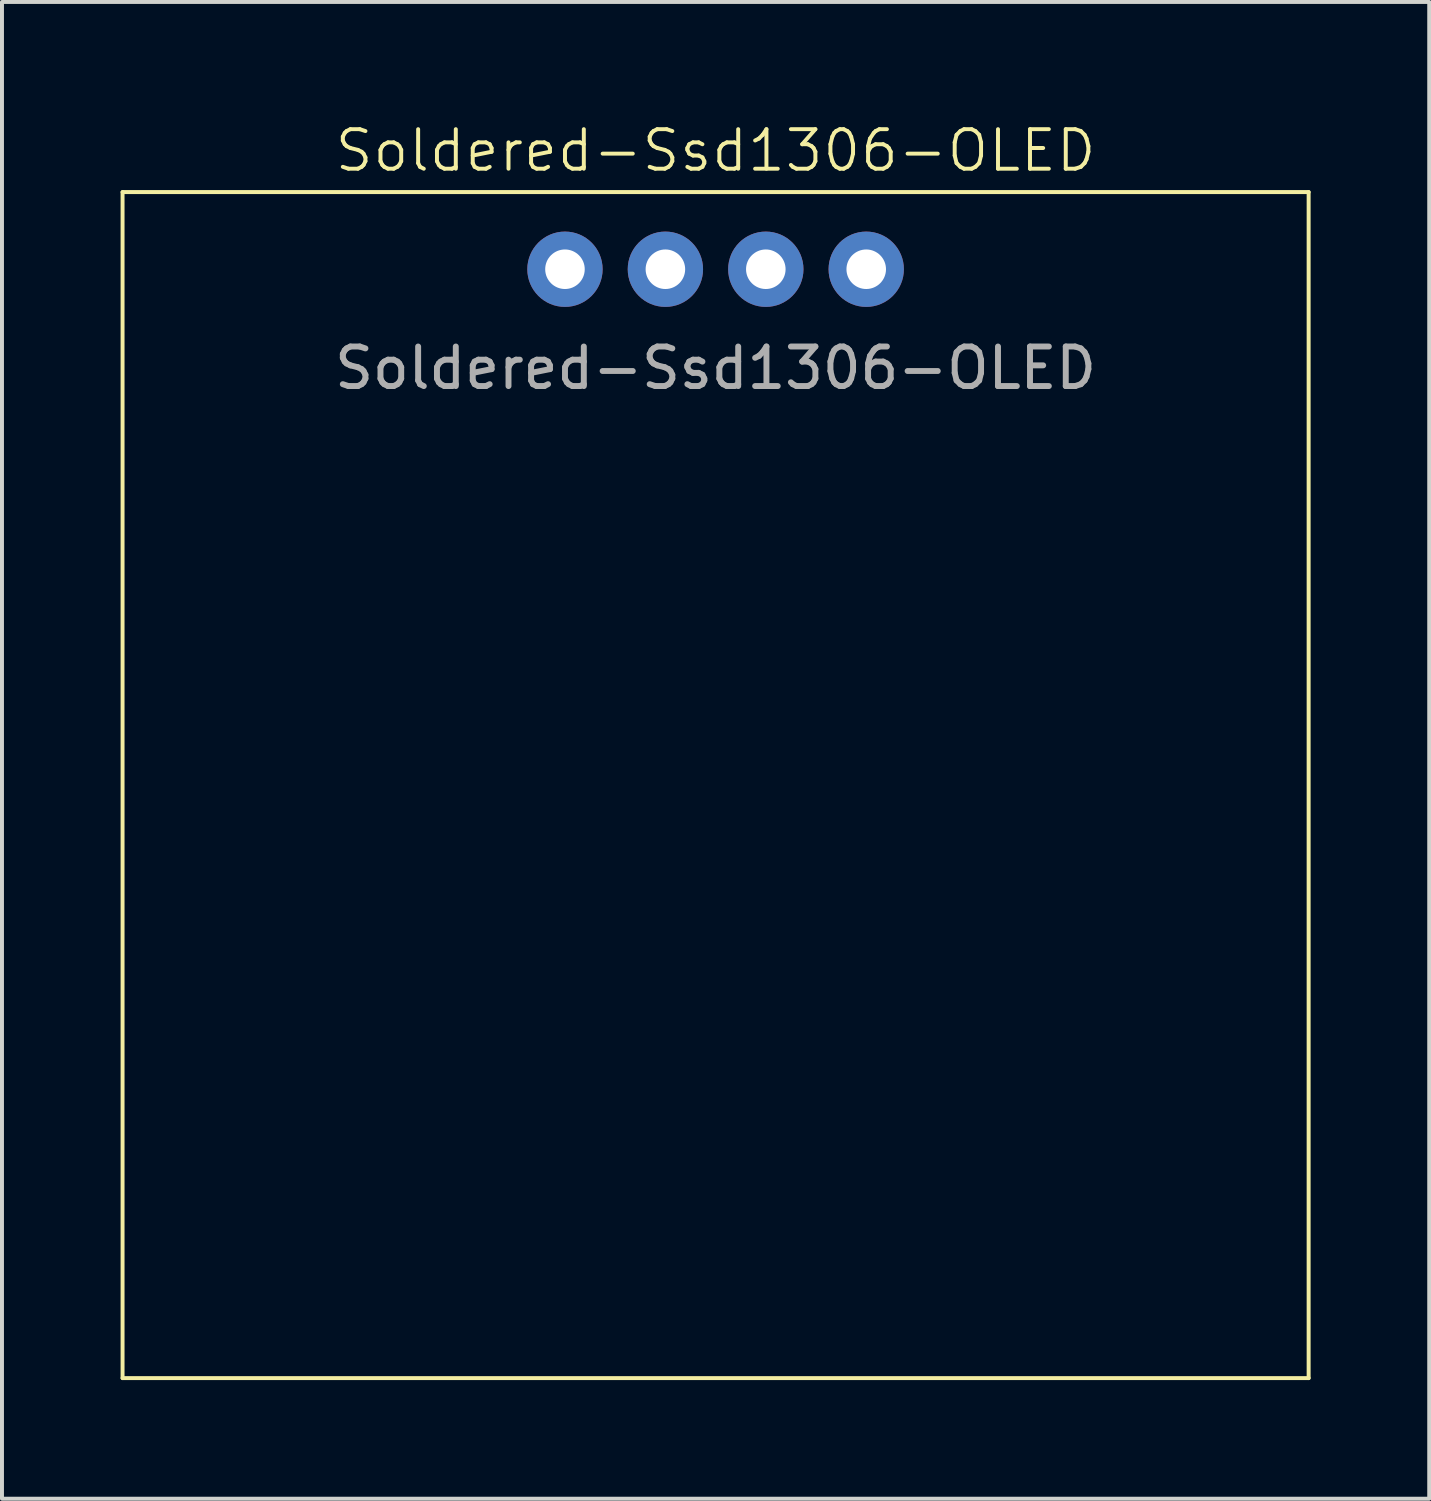
<source format=kicad_pcb>
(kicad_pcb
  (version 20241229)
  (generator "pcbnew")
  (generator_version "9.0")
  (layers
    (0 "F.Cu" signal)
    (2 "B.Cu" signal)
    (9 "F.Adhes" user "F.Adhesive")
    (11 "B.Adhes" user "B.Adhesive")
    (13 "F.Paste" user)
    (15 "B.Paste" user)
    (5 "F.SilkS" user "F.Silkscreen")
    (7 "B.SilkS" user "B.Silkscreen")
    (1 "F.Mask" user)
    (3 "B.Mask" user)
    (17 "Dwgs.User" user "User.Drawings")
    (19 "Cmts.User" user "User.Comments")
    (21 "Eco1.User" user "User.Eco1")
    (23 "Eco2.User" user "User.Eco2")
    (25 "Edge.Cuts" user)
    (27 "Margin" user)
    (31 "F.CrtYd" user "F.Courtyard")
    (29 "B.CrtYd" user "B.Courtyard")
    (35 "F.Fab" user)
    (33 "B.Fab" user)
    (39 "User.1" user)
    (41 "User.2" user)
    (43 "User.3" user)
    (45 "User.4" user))
  (footprint "Soldered-Ssd1306-OLED"
    (layer "F.Cu")
    (at 15.05 3.76)
    (property "Reference" "Soldered-Ssd1306-OLED" (at 0 -3 0) (unlocked yes) (layer "F.SilkS") (effects (font (size 1 1) (thickness 0.1))))
    (attr smd)
    (fp_line (start -15 -1.952) (end 15 -1.952) (stroke (width 0.1) (type default)) (layer "F.SilkS"))
    (fp_line (start -15 28.047) (end -15 -1.952) (stroke (width 0.1) (type default)) (layer "F.SilkS"))
    (fp_line (start 15 -1.952) (end 15 28.047) (stroke (width 0.1) (type default)) (layer "F.SilkS"))
    (fp_line (start 15 28.047) (end -15 28.047) (stroke (width 0.1) (type default)) (layer "F.SilkS"))
    (fp_text user "${REFERENCE}" (at 0 2.5 0) (unlocked yes) (layer "F.Fab") (effects (font (size 1 1) (thickness 0.15))))
    (pad "1" thru_hole circle (at -3.81 0) (size 1.905 1.905) (drill 1) (layers "*.Cu" "*.Mask"))
    (pad "2" thru_hole circle (at -1.27 0) (size 1.905 1.905) (drill 1) (layers "*.Cu" "*.Mask"))
    (pad "2" thru_hole circle (at 1.27 0) (size 1.905 1.905) (drill 1) (layers "*.Cu" "*.Mask"))
    (pad "4" thru_hole circle (at 3.81 0) (size 1.905 1.905) (drill 1) (layers "*.Cu" "*.Mask"))
    (zone (net_name "") (layer "F.SilkS") (hatch edge 0.5) (connect_pads) (min_thickness 0.25) (filled_areas_thickness no) (keepout (tracks not_allowed) (vias allowed) (pads allowed) (copperpour not_allowed) (footprints not_allowed)) (placement (enabled no)) (fill) (polygon (pts (xy 0.05 1.808) (xy 30.05 1.808) (xy 30.05 31.808) (xy 0.05 31.808)))))
  (gr_rect
    (start -3 -3)
    (end 33.1 34.858)
    (stroke (width 0.1) (type default))
    (fill no)
    (layer "Edge.Cuts")))
</source>
